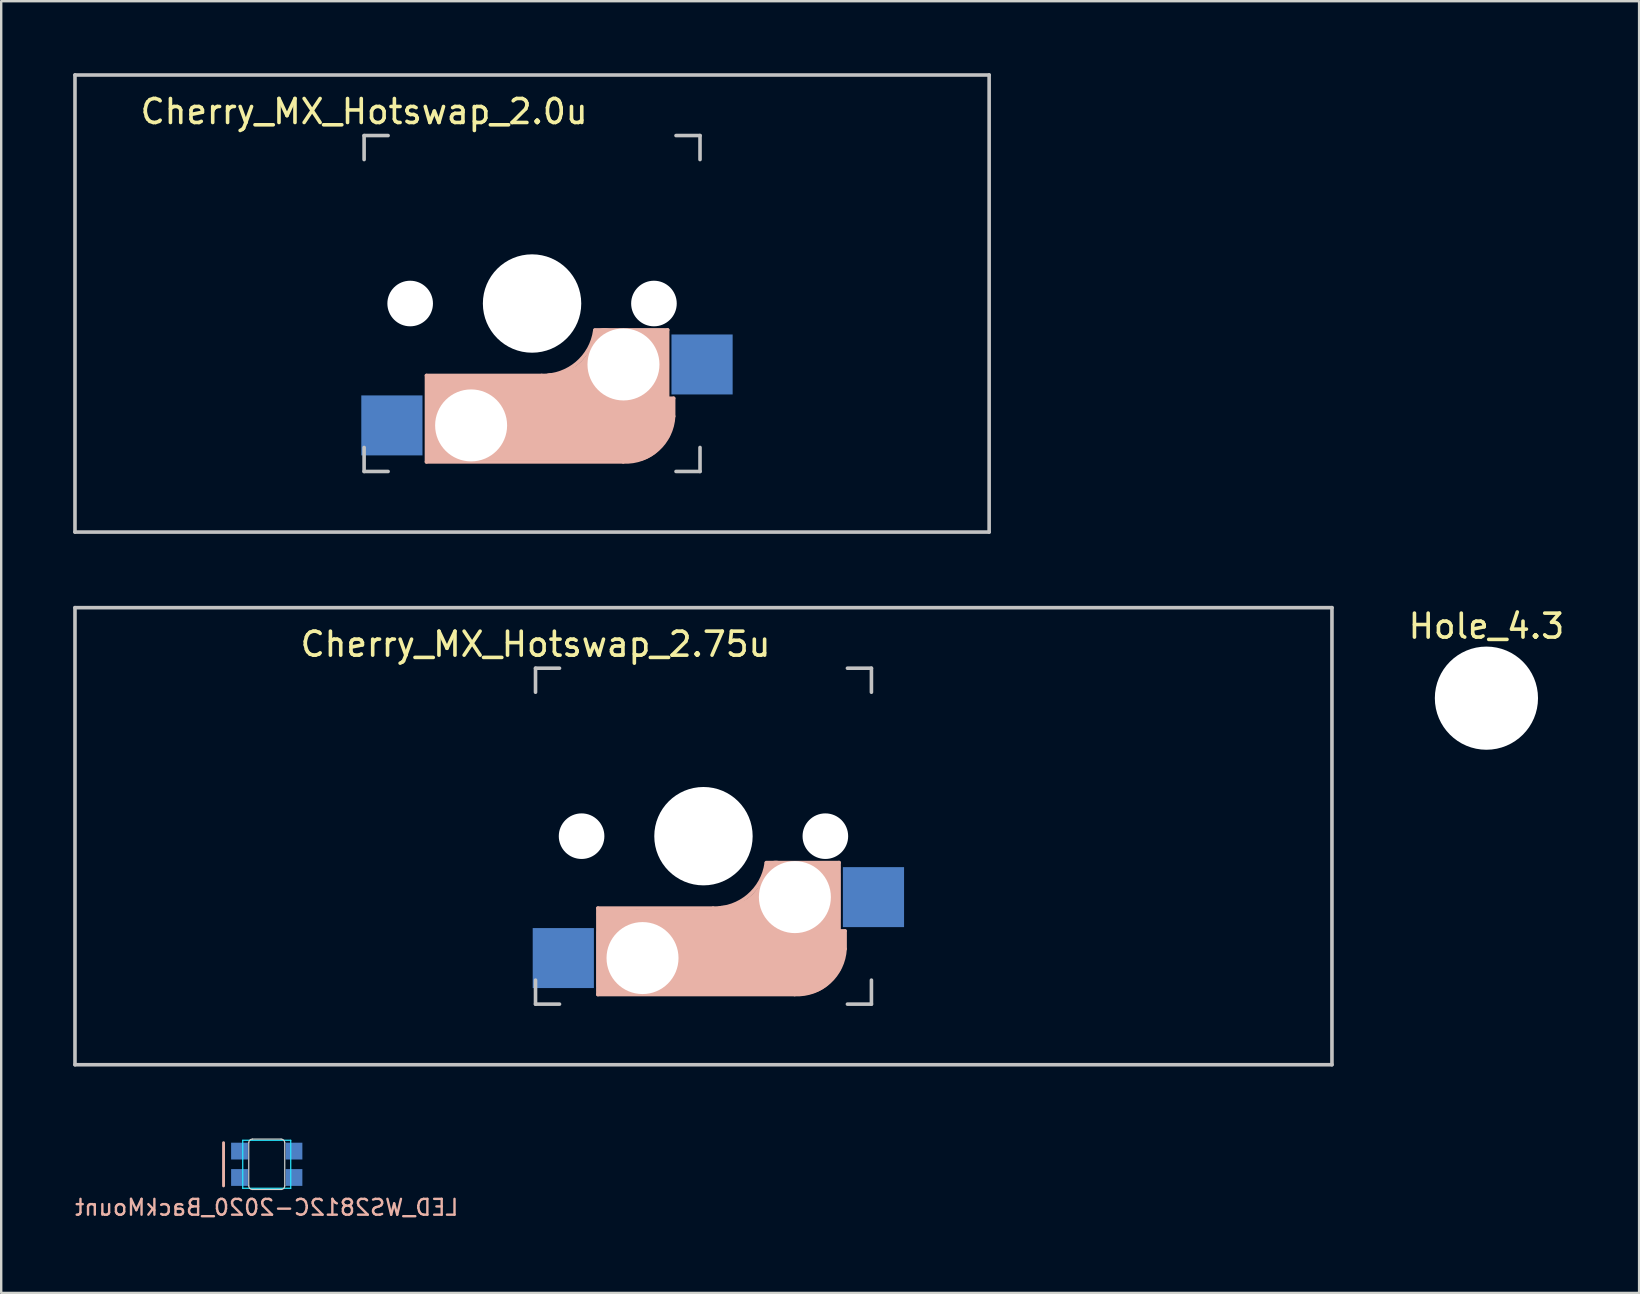
<source format=kicad_pcb>
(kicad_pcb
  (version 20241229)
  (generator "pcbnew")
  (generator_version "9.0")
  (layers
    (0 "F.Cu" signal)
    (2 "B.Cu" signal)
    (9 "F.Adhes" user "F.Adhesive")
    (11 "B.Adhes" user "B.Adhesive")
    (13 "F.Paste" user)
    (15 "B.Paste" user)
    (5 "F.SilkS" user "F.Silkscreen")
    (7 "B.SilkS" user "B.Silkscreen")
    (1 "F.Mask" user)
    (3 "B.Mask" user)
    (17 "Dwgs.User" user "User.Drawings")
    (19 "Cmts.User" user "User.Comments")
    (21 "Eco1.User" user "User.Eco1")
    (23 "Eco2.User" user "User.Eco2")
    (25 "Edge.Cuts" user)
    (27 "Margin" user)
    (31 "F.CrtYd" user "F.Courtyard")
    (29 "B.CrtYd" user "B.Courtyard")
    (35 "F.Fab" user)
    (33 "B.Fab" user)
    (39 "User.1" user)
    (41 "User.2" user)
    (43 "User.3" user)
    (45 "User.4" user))
  (footprint "LED_WS2812C-2020_BackMount"
    (layer "F.Cu")
    (at 8.067 45.475)
    (property "Reference" "LED_WS2812C-2020_BackMount" (at 0 1.8 0) (layer "B.SilkS") (effects (font (size 0.66 0.66) (thickness 0.1)) (justify mirror)))
    (attr through_hole)
    (fp_line (start -1.8 -0.9) (end -1.8 0.9) (stroke (width 0.12) (type solid)) (layer "B.SilkS"))
    (fp_line (start -0.75 0.9) (end -0.75 -0.9) (stroke (width 0.05) (type solid)) (layer "Edge.Cuts"))
    (fp_line (start -0.6 -1.05) (end 0.6 -1.05) (stroke (width 0.05) (type solid)) (layer "Edge.Cuts"))
    (fp_line (start 0.6 1.05) (end -0.6 1.05) (stroke (width 0.05) (type solid)) (layer "Edge.Cuts"))
    (fp_line (start 0.75 -0.9) (end 0.75 0.9) (stroke (width 0.05) (type solid)) (layer "Edge.Cuts"))
    (fp_arc (start -0.75 -0.9) (mid -0.706066 -1.006066) (end -0.6 -1.05) (stroke (width 0.05) (type solid)) (layer "Edge.Cuts"))
    (fp_arc (start -0.6 1.05) (mid -0.706066 1.006066) (end -0.75 0.9) (stroke (width 0.05) (type solid)) (layer "Edge.Cuts"))
    (fp_arc (start 0.6 -1.05) (mid 0.706066 -1.006066) (end 0.75 -0.9) (stroke (width 0.05) (type solid)) (layer "Edge.Cuts"))
    (fp_arc (start 0.75 0.9) (mid 0.706066 1.006066) (end 0.6 1.05) (stroke (width 0.05) (type solid)) (layer "Edge.Cuts"))
    (fp_line (start -1 -1) (end -1 1) (stroke (width 0.05) (type solid)) (layer "B.CrtYd"))
    (fp_line (start -1 1) (end 1 1) (stroke (width 0.05) (type solid)) (layer "B.CrtYd"))
    (fp_line (start 1 -1) (end -1 -1) (stroke (width 0.05) (type solid)) (layer "B.CrtYd"))
    (fp_line (start 1 1) (end 1 -1) (stroke (width 0.05) (type solid)) (layer "B.CrtYd"))
    (pad "1" smd rect (at -1.135 -0.55 180) (size 0.7 0.7) (layers "B.Cu" "B.Mask" "B.Paste"))
    (pad "2" smd rect (at -1.135 0.55 180) (size 0.7 0.7) (layers "B.Cu" "B.Mask" "B.Paste"))
    (pad "3" smd rect (at 1.135 0.55 180) (size 0.7 0.7) (layers "B.Cu" "B.Mask" "B.Paste"))
    (pad "4" smd rect (at 1.135 -0.55 180) (size 0.7 0.7) (layers "B.Cu" "B.Mask" "B.Paste")))
  (footprint "Hole_4.3"
    (layer "F.Cu")
    (at 58.901 26.048)
    (property "Reference" "Hole_4.3" (at 0 -3 0) (layer "F.SilkS") (effects (font (size 1 1) (thickness 0.15))))
    (attr through_hole)
    (pad "" np_thru_hole circle (at 0 0) (size 4.3 4.3) (drill 4.3) (layers "*.Cu" "*.Mask")))
  (footprint "Cherry_MX_Hotswap_2.0u"
    (layer "F.Cu")
    (at 19.125 9.6)
    (property "Reference" "Cherry_MX_Hotswap_2.0u" (at -7 -8 180) (layer "F.SilkS") (effects (font (size 1 1) (thickness 0.15))))
    (attr through_hole)
    (fp_line (start -4.4 3) (end -4.4 6.6) (stroke (width 0.15) (type solid)) (layer "B.SilkS"))
    (fp_line (start -4.4 6.6) (end 3.8 6.6) (stroke (width 0.15) (type solid)) (layer "B.SilkS"))
    (fp_line (start -4.38 4) (end -4.38 6.25) (stroke (width 0.15) (type solid)) (layer "B.SilkS"))
    (fp_line (start -4.25 6.4) (end -3 6.4) (stroke (width 0.4) (type solid)) (layer "B.SilkS"))
    (fp_line (start -4.2 3.25) (end -2.9 3.3) (stroke (width 0.5) (type solid)) (layer "B.SilkS"))
    (fp_line (start -3.9 6) (end -3.9 3.5) (stroke (width 1) (type solid)) (layer "B.SilkS"))
    (fp_line (start -2.6 4.8) (end 4.1 4.8) (stroke (width 3.5) (type solid)) (layer "B.SilkS"))
    (fp_line (start 0.4 3) (end -4.4 3) (stroke (width 0.15) (type solid)) (layer "B.SilkS"))
    (fp_line (start 4.17 5.1) (end 4.17 2.86) (stroke (width 3) (type solid)) (layer "B.SilkS"))
    (fp_line (start 5.3 1.6) (end 5.3 3.4) (stroke (width 0.8) (type solid)) (layer "B.SilkS"))
    (fp_line (start 5.45 1.3) (end 3 1.3) (stroke (width 0.5) (type solid)) (layer "B.SilkS"))
    (fp_line (start 5.65 1.1) (end 2.62 1.1) (stroke (width 0.15) (type solid)) (layer "B.SilkS"))
    (fp_line (start 5.65 5.55) (end 5.65 1.1) (stroke (width 0.15) (type solid)) (layer "B.SilkS"))
    (fp_line (start 5.8 4.05) (end 5.8 4.7) (stroke (width 0.3) (type solid)) (layer "B.SilkS"))
    (fp_line (start 5.9 3.95) (end 5.7 3.95) (stroke (width 0.15) (type solid)) (layer "B.SilkS"))
    (fp_line (start 5.9 4.7) (end 5.9 3.95) (stroke (width 0.15) (type solid)) (layer "B.SilkS"))
    (fp_arc (start 2.616318 1.121471) (mid 1.868709 2.486118) (end 0.4 3) (stroke (width 0.15) (type solid)) (layer "B.SilkS"))
    (fp_arc (start 3.016318 1.521471) (mid 2.268709 2.886118) (end 0.8 3.4) (stroke (width 1) (type solid)) (layer "B.SilkS"))
    (fp_arc (start 5.9 4.699999) (mid 5.243504 6.084924) (end 3.800001 6.6) (stroke (width 0.15) (type solid)) (layer "B.SilkS"))
    (fp_line (start -19.05 -9.525) (end 19.05 -9.525) (stroke (width 0.15) (type solid)) (layer "Dwgs.User"))
    (fp_line (start -19.05 9.525) (end -19.05 -9.525) (stroke (width 0.15) (type solid)) (layer "Dwgs.User"))
    (fp_line (start -7 -7) (end -7 -6) (stroke (width 0.15) (type solid)) (layer "Dwgs.User"))
    (fp_line (start -7 7) (end -7 6) (stroke (width 0.15) (type solid)) (layer "Dwgs.User"))
    (fp_line (start -7 7) (end -6 7) (stroke (width 0.15) (type solid)) (layer "Dwgs.User"))
    (fp_line (start -6 -7) (end -7 -7) (stroke (width 0.15) (type solid)) (layer "Dwgs.User"))
    (fp_line (start 7 -7) (end 6 -7) (stroke (width 0.15) (type solid)) (layer "Dwgs.User"))
    (fp_line (start 7 -6) (end 7 -7) (stroke (width 0.15) (type solid)) (layer "Dwgs.User"))
    (fp_line (start 7 6) (end 7 7) (stroke (width 0.15) (type solid)) (layer "Dwgs.User"))
    (fp_line (start 7 7) (end 6 7) (stroke (width 0.15) (type solid)) (layer "Dwgs.User"))
    (fp_line (start 19.05 -9.525) (end 19.05 9.525) (stroke (width 0.15) (type solid)) (layer "Dwgs.User"))
    (fp_line (start 19.05 9.525) (end -19.05 9.525) (stroke (width 0.15) (type solid)) (layer "Dwgs.User"))
    (pad "" np_thru_hole circle (at -5.08 0 180) (size 1.9 1.9) (drill 1.9) (layers "*.Cu" "*.Mask"))
    (pad "" np_thru_hole circle (at -2.54 5.08 180) (size 3 3) (drill 3) (layers "*.Cu" "*.Mask"))
    (pad "" np_thru_hole circle (at 0 0 270) (size 4.1 4.1) (drill 4.1) (layers "*.Cu" "*.Mask"))
    (pad "" np_thru_hole circle (at 3.81 2.54 180) (size 3 3) (drill 3) (layers "*.Cu" "*.Mask"))
    (pad "" np_thru_hole circle (at 5.08 0 180) (size 1.9 1.9) (drill 1.9) (layers "*.Cu" "*.Mask"))
    (pad "1" smd rect (at 7.085 2.54) (size 2.55 2.5) (layers "B.Cu" "B.Mask" "B.Paste"))
    (pad "2" smd rect (at -5.842 5.08) (size 2.55 2.5) (layers "B.Cu" "B.Mask" "B.Paste")))
  (footprint "Cherry_MX_Hotswap_2.75u"
    (layer "F.Cu")
    (at 26.269 31.8)
    (property "Reference" "Cherry_MX_Hotswap_2.75u" (at -7 -8 180) (layer "F.SilkS") (effects (font (size 1 1) (thickness 0.15))))
    (attr through_hole)
    (fp_line (start -4.4 3) (end -4.4 6.6) (stroke (width 0.15) (type solid)) (layer "B.SilkS"))
    (fp_line (start -4.4 6.6) (end 3.8 6.6) (stroke (width 0.15) (type solid)) (layer "B.SilkS"))
    (fp_line (start -4.38 4) (end -4.38 6.25) (stroke (width 0.15) (type solid)) (layer "B.SilkS"))
    (fp_line (start -4.25 6.4) (end -3 6.4) (stroke (width 0.4) (type solid)) (layer "B.SilkS"))
    (fp_line (start -4.2 3.25) (end -2.9 3.3) (stroke (width 0.5) (type solid)) (layer "B.SilkS"))
    (fp_line (start -3.9 6) (end -3.9 3.5) (stroke (width 1) (type solid)) (layer "B.SilkS"))
    (fp_line (start -2.6 4.8) (end 4.1 4.8) (stroke (width 3.5) (type solid)) (layer "B.SilkS"))
    (fp_line (start 0.4 3) (end -4.4 3) (stroke (width 0.15) (type solid)) (layer "B.SilkS"))
    (fp_line (start 4.17 5.1) (end 4.17 2.86) (stroke (width 3) (type solid)) (layer "B.SilkS"))
    (fp_line (start 5.3 1.6) (end 5.3 3.4) (stroke (width 0.8) (type solid)) (layer "B.SilkS"))
    (fp_line (start 5.45 1.3) (end 3 1.3) (stroke (width 0.5) (type solid)) (layer "B.SilkS"))
    (fp_line (start 5.65 1.1) (end 2.62 1.1) (stroke (width 0.15) (type solid)) (layer "B.SilkS"))
    (fp_line (start 5.65 5.55) (end 5.65 1.1) (stroke (width 0.15) (type solid)) (layer "B.SilkS"))
    (fp_line (start 5.8 4.05) (end 5.8 4.7) (stroke (width 0.3) (type solid)) (layer "B.SilkS"))
    (fp_line (start 5.9 3.95) (end 5.7 3.95) (stroke (width 0.15) (type solid)) (layer "B.SilkS"))
    (fp_line (start 5.9 4.7) (end 5.9 3.95) (stroke (width 0.15) (type solid)) (layer "B.SilkS"))
    (fp_arc (start 2.616318 1.121471) (mid 1.868709 2.486118) (end 0.4 3) (stroke (width 0.15) (type solid)) (layer "B.SilkS"))
    (fp_arc (start 3.016318 1.521471) (mid 2.268709 2.886118) (end 0.8 3.4) (stroke (width 1) (type solid)) (layer "B.SilkS"))
    (fp_arc (start 5.9 4.699999) (mid 5.243504 6.084924) (end 3.800001 6.6) (stroke (width 0.15) (type solid)) (layer "B.SilkS"))
    (fp_line (start -26.194 -9.525) (end 26.194 -9.525) (stroke (width 0.15) (type solid)) (layer "Dwgs.User"))
    (fp_line (start -26.194 9.525) (end -26.194 -9.525) (stroke (width 0.15) (type solid)) (layer "Dwgs.User"))
    (fp_line (start -7 -7) (end -7 -6) (stroke (width 0.15) (type solid)) (layer "Dwgs.User"))
    (fp_line (start -7 7) (end -7 6) (stroke (width 0.15) (type solid)) (layer "Dwgs.User"))
    (fp_line (start -7 7) (end -6 7) (stroke (width 0.15) (type solid)) (layer "Dwgs.User"))
    (fp_line (start -6 -7) (end -7 -7) (stroke (width 0.15) (type solid)) (layer "Dwgs.User"))
    (fp_line (start 7 -7) (end 6 -7) (stroke (width 0.15) (type solid)) (layer "Dwgs.User"))
    (fp_line (start 7 -6) (end 7 -7) (stroke (width 0.15) (type solid)) (layer "Dwgs.User"))
    (fp_line (start 7 6) (end 7 7) (stroke (width 0.15) (type solid)) (layer "Dwgs.User"))
    (fp_line (start 7 7) (end 6 7) (stroke (width 0.15) (type solid)) (layer "Dwgs.User"))
    (fp_line (start 26.194 -9.525) (end 26.194 9.525) (stroke (width 0.15) (type solid)) (layer "Dwgs.User"))
    (fp_line (start 26.194 9.525) (end -26.194 9.525) (stroke (width 0.15) (type solid)) (layer "Dwgs.User"))
    (pad "" np_thru_hole circle (at -5.08 0 180) (size 1.9 1.9) (drill 1.9) (layers "*.Cu" "*.Mask"))
    (pad "" np_thru_hole circle (at -2.54 5.08 180) (size 3 3) (drill 3) (layers "*.Cu" "*.Mask"))
    (pad "" np_thru_hole circle (at 0 0 270) (size 4.1 4.1) (drill 4.1) (layers "*.Cu" "*.Mask"))
    (pad "" np_thru_hole circle (at 3.81 2.54 180) (size 3 3) (drill 3) (layers "*.Cu" "*.Mask"))
    (pad "" np_thru_hole circle (at 5.08 0 180) (size 1.9 1.9) (drill 1.9) (layers "*.Cu" "*.Mask"))
    (pad "1" smd rect (at 7.085 2.54) (size 2.55 2.5) (layers "B.Cu" "B.Mask" "B.Paste"))
    (pad "2" smd rect (at -5.842 5.08) (size 2.55 2.5) (layers "B.Cu" "B.Mask" "B.Paste")))
  (gr_rect
    (start -3 -3)
    (end 65.264 50.837)
    (stroke (width 0.1) (type default))
    (fill no)
    (layer "Edge.Cuts")))
</source>
